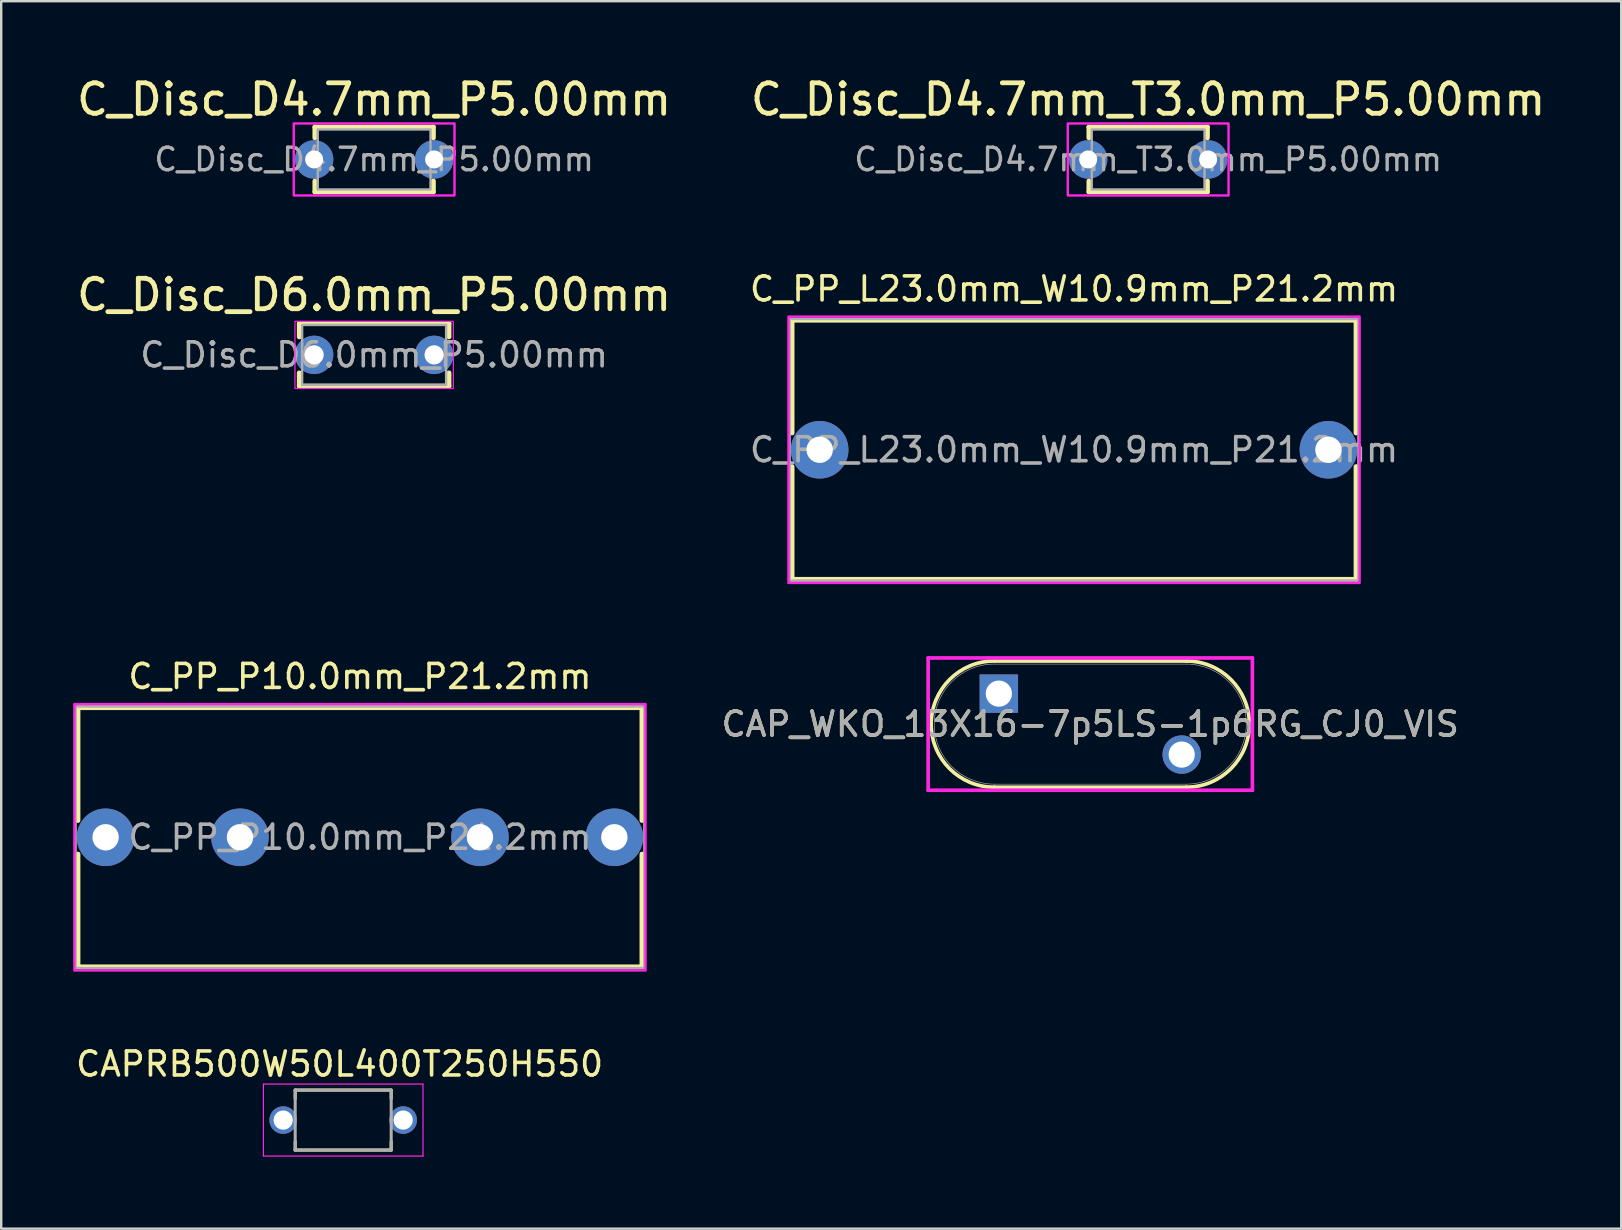
<source format=kicad_pcb>
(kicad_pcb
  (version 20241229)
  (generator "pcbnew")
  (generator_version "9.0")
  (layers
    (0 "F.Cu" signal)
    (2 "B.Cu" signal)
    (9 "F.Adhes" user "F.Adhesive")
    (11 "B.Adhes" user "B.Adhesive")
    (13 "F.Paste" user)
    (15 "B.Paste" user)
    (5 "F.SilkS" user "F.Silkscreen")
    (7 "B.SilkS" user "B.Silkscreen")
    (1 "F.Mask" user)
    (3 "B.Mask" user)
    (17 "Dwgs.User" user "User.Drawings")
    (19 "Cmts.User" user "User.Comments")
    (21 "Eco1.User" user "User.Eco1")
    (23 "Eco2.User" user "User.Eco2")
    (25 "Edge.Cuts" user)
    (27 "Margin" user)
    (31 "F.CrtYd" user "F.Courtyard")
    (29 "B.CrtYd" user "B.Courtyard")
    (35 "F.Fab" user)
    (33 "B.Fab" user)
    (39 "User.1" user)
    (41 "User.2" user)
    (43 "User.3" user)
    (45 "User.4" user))
  (footprint "CAP_WKO_13X16-7p5LS-1p6RG_CJ0_VIS"
    (layer "F.Cu")
    (at 42.382 27.124)
    (property "Reference" "CAP_WKO_13X16-7p5LS-1p6RG_CJ0_VIS" (at 0 0 0) (unlocked yes) (layer "F.SilkS") (effects (font (size 1 1) (thickness 0.15))))
    (attr through_hole)
    (fp_line (start -4 -2.629) (end 4 -2.629) (stroke (width 0.152) (type solid)) (layer "F.SilkS"))
    (fp_line (start -4 2.629) (end 4 2.629) (stroke (width 0.152) (type solid)) (layer "F.SilkS"))
    (fp_arc (start -4.0005 2.6289) (mid -6.6294 0) (end -4.0005 -2.6289) (stroke (width 0.1524) (type solid)) (layer "F.SilkS"))
    (fp_arc (start 4.0005 -2.6289) (mid 5.859413 -1.858913) (end 6.6294 0) (stroke (width 0.1524) (type solid)) (layer "F.SilkS"))
    (fp_arc (start 6.6294 0) (mid 5.859413 1.858913) (end 4.0005 2.6289) (stroke (width 0.1524) (type solid)) (layer "F.SilkS"))
    (fp_line (start -6.756 -2.756) (end 6.756 -2.756) (stroke (width 0.152) (type solid)) (layer "F.CrtYd"))
    (fp_line (start -6.756 2.756) (end -6.756 -2.756) (stroke (width 0.152) (type solid)) (layer "F.CrtYd"))
    (fp_line (start 6.756 -2.756) (end 6.756 2.756) (stroke (width 0.152) (type solid)) (layer "F.CrtYd"))
    (fp_line (start 6.756 2.756) (end -6.756 2.756) (stroke (width 0.152) (type solid)) (layer "F.CrtYd"))
    (fp_line (start -4 -2.502) (end 4 -2.502) (stroke (width 0.025) (type solid)) (layer "F.Fab"))
    (fp_line (start -4 2.502) (end 4 2.502) (stroke (width 0.025) (type solid)) (layer "F.Fab"))
    (fp_arc (start -4.0005 2.5019) (mid -6.5024 0) (end -4.0005 -2.5019) (stroke (width 0.0254) (type solid)) (layer "F.Fab"))
    (fp_arc (start 4.0005 -2.5019) (mid 6.5024 0) (end 4.0005 2.5019) (stroke (width 0.0254) (type solid)) (layer "F.Fab"))
    (fp_text user "${REFERENCE}" (at 0 0 0) (unlocked yes) (layer "F.Fab") (effects (font (size 1 1) (thickness 0.15))))
    (pad "1" thru_hole rect (at -3.81 -1.27) (size 1.6 1.6) (drill 1.092) (layers "*.Cu" "*.Mask"))
    (pad "2" thru_hole circle (at 3.81 1.27) (size 1.6 1.6) (drill 1.092) (layers "*.Cu" "*.Mask")))
  (footprint "CAPRB500W50L400T250H550"
    (layer "F.Cu")
    (at 11.251 43.624)
    (property "Reference" "CAPRB500W50L400T250H550" (at -0.15 -2.335 0) (layer "F.SilkS") (effects (font (size 1 1) (thickness 0.15))))
    (attr through_hole)
    (fp_line (start -2 -1.25) (end -2 -0.895) (stroke (width 0.127) (type solid)) (layer "F.SilkS"))
    (fp_line (start -2 -1.25) (end 2 -1.25) (stroke (width 0.127) (type solid)) (layer "F.SilkS"))
    (fp_line (start -2 1.25) (end -2 0.895) (stroke (width 0.127) (type solid)) (layer "F.SilkS"))
    (fp_line (start -2 1.25) (end 2 1.25) (stroke (width 0.127) (type solid)) (layer "F.SilkS"))
    (fp_line (start 2 -1.25) (end 2 -0.895) (stroke (width 0.127) (type solid)) (layer "F.SilkS"))
    (fp_line (start 2 1.25) (end 2 0.895) (stroke (width 0.127) (type solid)) (layer "F.SilkS"))
    (fp_line (start -3.325 -1.5) (end -3.325 1.5) (stroke (width 0.05) (type solid)) (layer "F.CrtYd"))
    (fp_line (start -3.325 -1.5) (end 3.325 -1.5) (stroke (width 0.05) (type solid)) (layer "F.CrtYd"))
    (fp_line (start 3.325 -1.5) (end 3.325 1.5) (stroke (width 0.05) (type solid)) (layer "F.CrtYd"))
    (fp_line (start 3.325 1.5) (end -3.325 1.5) (stroke (width 0.05) (type solid)) (layer "F.CrtYd"))
    (fp_line (start -2 -1.25) (end -2 1.25) (stroke (width 0.127) (type solid)) (layer "F.Fab"))
    (fp_line (start -2 -1.25) (end 2 -1.25) (stroke (width 0.127) (type solid)) (layer "F.Fab"))
    (fp_line (start 2 -1.25) (end 2 1.25) (stroke (width 0.127) (type solid)) (layer "F.Fab"))
    (fp_line (start 2 1.25) (end -2 1.25) (stroke (width 0.127) (type solid)) (layer "F.Fab"))
    (pad "1" thru_hole circle (at -2.5 0) (size 1.15 1.15) (drill 0.8) (layers "*.Cu" "*.Mask"))
    (pad "2" thru_hole circle (at 2.5 0) (size 1.15 1.15) (drill 0.8) (layers "*.Cu" "*.Mask")))
  (footprint "C_PP_L23.0mm_W10.9mm_P21.2mm"
    (layer "F.Cu")
    (at 41.706 15.692)
    (property "Reference" "C_PP_L23.0mm_W10.9mm_P21.2mm" (at 0 -6.7 0) (layer "F.SilkS") (effects (font (size 1 1) (thickness 0.15))))
    (attr through_hole)
    (fp_line (start -11.75 -5.4) (end -11.75 -0.7) (stroke (width 0.2) (type default)) (layer "F.SilkS"))
    (fp_line (start -11.75 -5.4) (end 11.75 -5.4) (stroke (width 0.2) (type default)) (layer "F.SilkS"))
    (fp_line (start -11.75 5.4) (end -11.75 0.7) (stroke (width 0.2) (type default)) (layer "F.SilkS"))
    (fp_line (start -11.75 5.4) (end 11.75 5.4) (stroke (width 0.2) (type default)) (layer "F.SilkS"))
    (fp_line (start 11.75 -5.4) (end 11.75 -0.7) (stroke (width 0.2) (type default)) (layer "F.SilkS"))
    (fp_line (start 11.75 5.4) (end 11.75 0.7) (stroke (width 0.2) (type default)) (layer "F.SilkS"))
    (fp_rect (start -11.9 -5.55) (end 11.9 5.55) (stroke (width 0.1) (type solid)) (fill no) (layer "F.CrtYd"))
    (fp_rect (start -11.85 -5.45) (end 11.85 5.45) (stroke (width 0.1) (type solid)) (fill no) (layer "F.Fab"))
    (fp_text user "${REFERENCE}" (at 0 0 0) (layer "F.Fab") (effects (font (size 1 1) (thickness 0.15))))
    (pad "1" thru_hole circle (at -10.6 0) (size 2.4 2.4) (drill 1.1) (layers "*.Cu" "*.Mask"))
    (pad "2" thru_hole circle (at 10.6 0) (size 2.4 2.4) (drill 1.1) (layers "*.Cu" "*.Mask")))
  (footprint "C_Disc_D4.7mm_P5.00mm"
    (layer "F.Cu")
    (at 12.54 3.594)
    (property "Reference" "C_Disc_D4.7mm_P5.00mm" (at 0 -2.5 0) (layer "F.SilkS") (effects (font (size 1.27 1.27) (thickness 0.2))))
    (attr through_hole)
    (fp_line (start -2.47 -1.35) (end 2.47 -1.35) (stroke (width 0.2) (type solid)) (layer "F.SilkS"))
    (fp_line (start -2.47 -0.9) (end -2.47 -1.35) (stroke (width 0.2) (type solid)) (layer "F.SilkS"))
    (fp_line (start -2.47 1.35) (end -2.47 0.9) (stroke (width 0.2) (type solid)) (layer "F.SilkS"))
    (fp_line (start 2.47 -1.35) (end 2.47 -0.9) (stroke (width 0.2) (type solid)) (layer "F.SilkS"))
    (fp_line (start 2.47 0.9) (end 2.47 1.35) (stroke (width 0.2) (type solid)) (layer "F.SilkS"))
    (fp_line (start 2.47 1.35) (end -2.47 1.35) (stroke (width 0.2) (type solid)) (layer "F.SilkS"))
    (fp_rect (start -3.35 -1.5) (end 3.35 1.5) (stroke (width 0.1) (type solid)) (fill no) (layer "F.CrtYd"))
    (fp_rect (start -2.35 -1.25) (end 2.35 1.25) (stroke (width 0.1) (type solid)) (fill no) (layer "F.Fab"))
    (fp_text user "${REFERENCE}" (at 0 0 0) (layer "F.Fab") (effects (font (size 0.94 0.94) (thickness 0.141))))
    (pad "1" thru_hole circle (at -2.5 0) (size 1.6 1.6) (drill 0.75) (layers "*.Cu" "*.Mask"))
    (pad "2" thru_hole circle (at 2.5 0) (size 1.6 1.6) (drill 0.75) (layers "*.Cu" "*.Mask")))
  (footprint "C_Disc_D4.7mm_T3.0mm_P5.00mm"
    (layer "F.Cu")
    (at 44.794 3.594)
    (property "Reference" "C_Disc_D4.7mm_T3.0mm_P5.00mm" (at 0 -2.5 0) (layer "F.SilkS") (effects (font (size 1.27 1.27) (thickness 0.2))))
    (attr through_hole)
    (fp_line (start -2.47 -1.35) (end 2.47 -1.35) (stroke (width 0.2) (type solid)) (layer "F.SilkS"))
    (fp_line (start -2.47 -0.9) (end -2.47 -1.35) (stroke (width 0.2) (type solid)) (layer "F.SilkS"))
    (fp_line (start -2.47 1.35) (end -2.47 0.9) (stroke (width 0.2) (type solid)) (layer "F.SilkS"))
    (fp_line (start 2.47 -1.35) (end 2.47 -0.9) (stroke (width 0.2) (type solid)) (layer "F.SilkS"))
    (fp_line (start 2.47 0.9) (end 2.47 1.35) (stroke (width 0.2) (type solid)) (layer "F.SilkS"))
    (fp_line (start 2.47 1.35) (end -2.47 1.35) (stroke (width 0.2) (type solid)) (layer "F.SilkS"))
    (fp_rect (start -3.35 -1.5) (end 3.35 1.5) (stroke (width 0.1) (type solid)) (fill no) (layer "F.CrtYd"))
    (fp_rect (start -2.35 -1.25) (end 2.35 1.25) (stroke (width 0.1) (type solid)) (fill no) (layer "F.Fab"))
    (fp_text user "${REFERENCE}" (at 0 0 0) (layer "F.Fab") (effects (font (size 0.94 0.94) (thickness 0.141))))
    (pad "1" thru_hole circle (at -2.5 0) (size 1.6 1.6) (drill 0.75) (layers "*.Cu" "*.Mask"))
    (pad "2" thru_hole circle (at 2.5 0) (size 1.6 1.6) (drill 0.75) (layers "*.Cu" "*.Mask")))
  (footprint "C_PP_P10.0mm_P21.2mm"
    (layer "F.Cu")
    (at 11.95 31.84)
    (property "Reference" "C_PP_P10.0mm_P21.2mm" (at 0 -6.7 0) (layer "F.SilkS") (effects (font (size 1 1) (thickness 0.15))))
    (attr through_hole)
    (fp_line (start -11.75 -5.4) (end -11.75 -0.7) (stroke (width 0.2) (type default)) (layer "F.SilkS"))
    (fp_line (start -11.75 -5.4) (end 11.75 -5.4) (stroke (width 0.2) (type default)) (layer "F.SilkS"))
    (fp_line (start -11.75 5.4) (end -11.75 0.7) (stroke (width 0.2) (type default)) (layer "F.SilkS"))
    (fp_line (start -11.75 5.4) (end 11.75 5.4) (stroke (width 0.2) (type default)) (layer "F.SilkS"))
    (fp_line (start 11.75 -5.4) (end 11.75 -0.7) (stroke (width 0.2) (type default)) (layer "F.SilkS"))
    (fp_line (start 11.75 5.4) (end 11.75 0.7) (stroke (width 0.2) (type default)) (layer "F.SilkS"))
    (fp_rect (start -11.9 -5.55) (end 11.9 5.55) (stroke (width 0.1) (type solid)) (fill no) (layer "F.CrtYd"))
    (fp_rect (start -11.85 -5.45) (end 11.85 5.45) (stroke (width 0.1) (type solid)) (fill no) (layer "F.Fab"))
    (fp_text user "${REFERENCE}" (at 0 0 0) (layer "F.Fab") (effects (font (size 1 1) (thickness 0.15))))
    (pad "1" thru_hole circle (at -10.6 0) (size 2.4 2.4) (drill 1.1) (layers "*.Cu" "*.Mask"))
    (pad "2" thru_hole circle (at 10.6 0) (size 2.4 2.4) (drill 1.1) (layers "*.Cu" "*.Mask"))
    (pad "3" thru_hole circle (at -5 0) (size 2.4 2.4) (drill 1.1) (layers "*.Cu" "*.Mask"))
    (pad "4" thru_hole circle (at 5 0) (size 2.4 2.4) (drill 1.1) (layers "*.Cu" "*.Mask")))
  (footprint "C_Disc_D6.0mm_P5.00mm"
    (layer "F.Cu")
    (at 12.54 11.738)
    (property "Reference" "C_Disc_D6.0mm_P5.00mm" (at 0 -2.5 0) (layer "F.SilkS") (effects (font (size 1.27 1.27) (thickness 0.2))))
    (attr through_hole)
    (fp_line (start -3.12 -1.3) (end 3.12 -1.3) (stroke (width 0.2) (type solid)) (layer "F.SilkS"))
    (fp_line (start -3.12 -0.75) (end -3.12 -1.3) (stroke (width 0.2) (type solid)) (layer "F.SilkS"))
    (fp_line (start -3.12 1.3) (end -3.12 0.75) (stroke (width 0.2) (type solid)) (layer "F.SilkS"))
    (fp_line (start 3.12 -1.3) (end 3.12 -0.75) (stroke (width 0.2) (type solid)) (layer "F.SilkS"))
    (fp_line (start 3.12 0.75) (end 3.12 1.3) (stroke (width 0.2) (type solid)) (layer "F.SilkS"))
    (fp_line (start 3.12 1.3) (end -3.12 1.3) (stroke (width 0.2) (type solid)) (layer "F.SilkS"))
    (fp_rect (start -3.3 -1.4) (end 3.3 1.4) (stroke (width 0.05) (type solid)) (fill no) (layer "F.CrtYd"))
    (fp_rect (start -3 -1.25) (end 3 1.25) (stroke (width 0.1) (type solid)) (fill no) (layer "F.Fab"))
    (fp_text user "${REFERENCE}" (at 0 0 0) (layer "F.Fab") (effects (font (size 1 1) (thickness 0.15))))
    (pad "1" thru_hole circle (at -2.5 0) (size 1.6 1.6) (drill 0.8) (layers "*.Cu" "*.Mask"))
    (pad "2" thru_hole circle (at 2.5 0) (size 1.6 1.6) (drill 0.8) (layers "*.Cu" "*.Mask")))
  (gr_rect
    (start -3 -3)
    (end 64.507 48.149)
    (stroke (width 0.1) (type default))
    (fill no)
    (layer "Edge.Cuts")))
</source>
